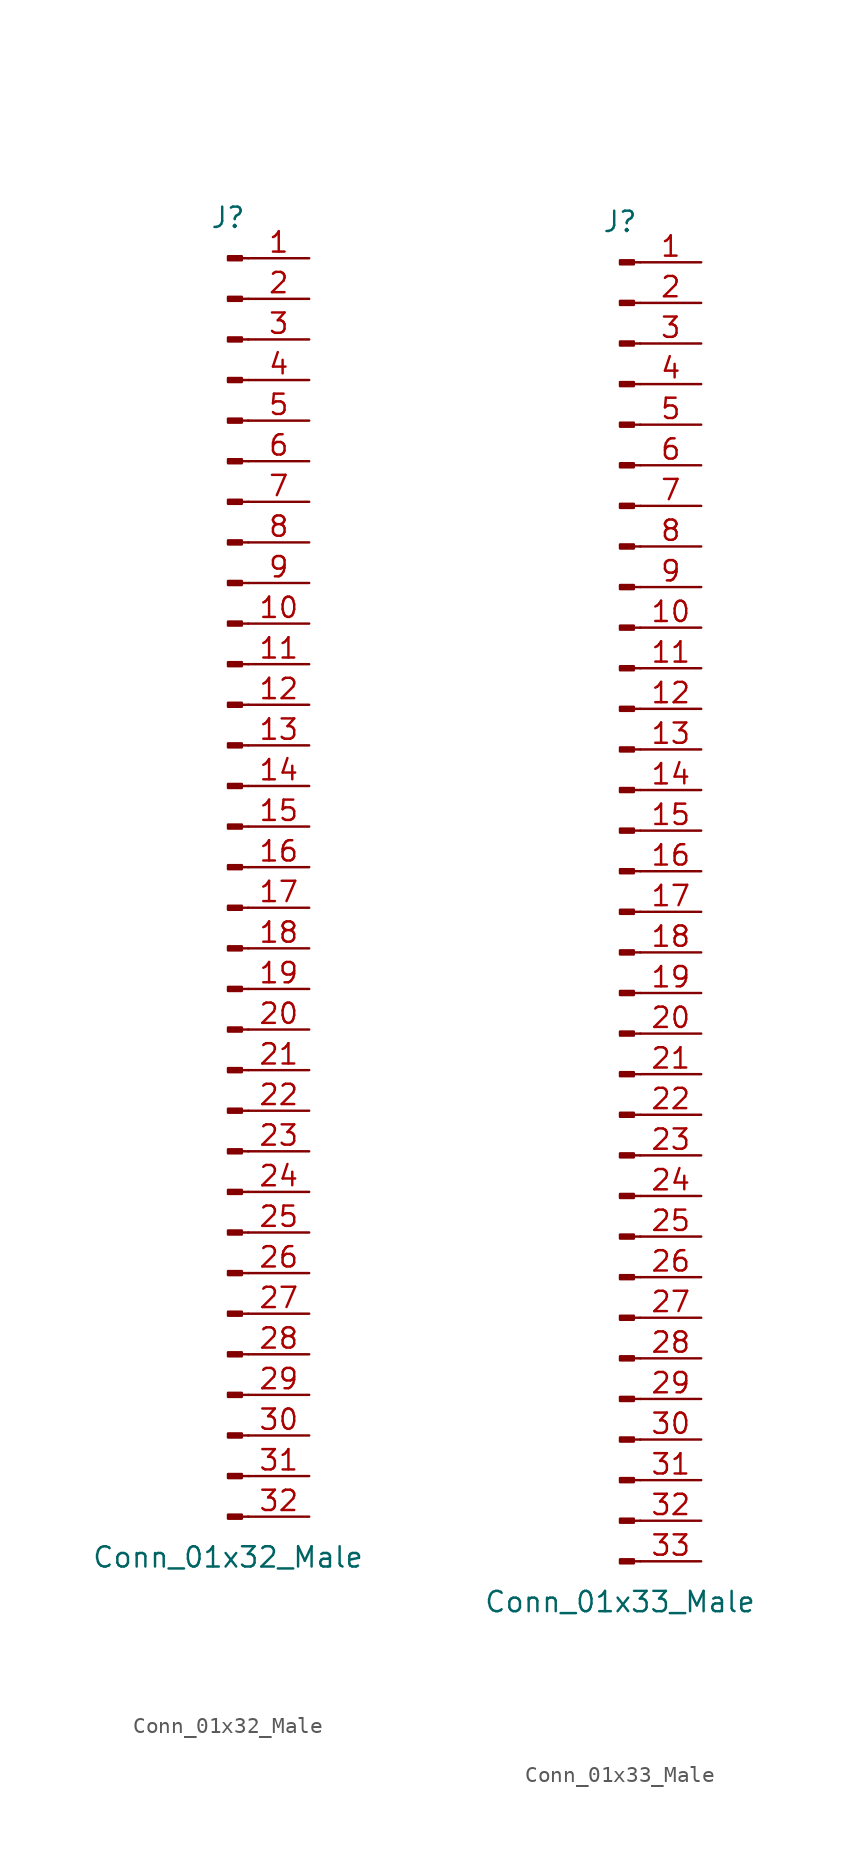
<source format=kicad_sym>
(kicad_symbol_lib
  (version 20201005)
  (generator kicad_symbol_editor)
  (symbol "Conn_01x32_Male"
    (pin_names
      (offset 1.016) hide)
    (property "Reference" "J"
      (at 0 40.64 0)
      (effects (font (size 1.27 1.27))))
    (property "Value" "Conn_01x32_Male"
      (at 0 -43.18 0)
      (effects (font (size 1.27 1.27))))
    (symbol "Conn_01x32_Male_1_1"
      (rectangle (start 0.864 -40.513) (end 0 -40.767) (stroke (width 0.152)) (fill (type outline)))
      (rectangle (start 0.864 -37.973) (end 0 -38.227) (stroke (width 0.152)) (fill (type outline)))
      (rectangle (start 0.864 -35.433) (end 0 -35.687) (stroke (width 0.152)) (fill (type outline)))
      (rectangle (start 0.864 -32.893) (end 0 -33.147) (stroke (width 0.152)) (fill (type outline)))
      (rectangle (start 0.864 -30.353) (end 0 -30.607) (stroke (width 0.152)) (fill (type outline)))
      (rectangle (start 0.864 -27.813) (end 0 -28.067) (stroke (width 0.152)) (fill (type outline)))
      (rectangle (start 0.864 -25.273) (end 0 -25.527) (stroke (width 0.152)) (fill (type outline)))
      (rectangle (start 0.864 -22.733) (end 0 -22.987) (stroke (width 0.152)) (fill (type outline)))
      (rectangle (start 0.864 -20.193) (end 0 -20.447) (stroke (width 0.152)) (fill (type outline)))
      (rectangle (start 0.864 -17.653) (end 0 -17.907) (stroke (width 0.152)) (fill (type outline)))
      (rectangle (start 0.864 -15.113) (end 0 -15.367) (stroke (width 0.152)) (fill (type outline)))
      (rectangle (start 0.864 -12.573) (end 0 -12.827) (stroke (width 0.152)) (fill (type outline)))
      (rectangle (start 0.864 -10.033) (end 0 -10.287) (stroke (width 0.152)) (fill (type outline)))
      (rectangle (start 0.864 -7.493) (end 0 -7.747) (stroke (width 0.152)) (fill (type outline)))
      (rectangle (start 0.864 -4.953) (end 0 -5.207) (stroke (width 0.152)) (fill (type outline)))
      (rectangle (start 0.864 -2.413) (end 0 -2.667) (stroke (width 0.152)) (fill (type outline)))
      (rectangle (start 0.864 0.127) (end 0 -0.127) (stroke (width 0.152)) (fill (type outline)))
      (rectangle (start 0.864 2.667) (end 0 2.413) (stroke (width 0.152)) (fill (type outline)))
      (rectangle (start 0.864 5.207) (end 0 4.953) (stroke (width 0.152)) (fill (type outline)))
      (rectangle (start 0.864 7.747) (end 0 7.493) (stroke (width 0.152)) (fill (type outline)))
      (rectangle (start 0.864 10.287) (end 0 10.033) (stroke (width 0.152)) (fill (type outline)))
      (rectangle (start 0.864 12.827) (end 0 12.573) (stroke (width 0.152)) (fill (type outline)))
      (rectangle (start 0.864 15.367) (end 0 15.113) (stroke (width 0.152)) (fill (type outline)))
      (rectangle (start 0.864 17.907) (end 0 17.653) (stroke (width 0.152)) (fill (type outline)))
      (rectangle (start 0.864 20.447) (end 0 20.193) (stroke (width 0.152)) (fill (type outline)))
      (rectangle (start 0.864 22.987) (end 0 22.733) (stroke (width 0.152)) (fill (type outline)))
      (rectangle (start 0.864 25.527) (end 0 25.273) (stroke (width 0.152)) (fill (type outline)))
      (rectangle (start 0.864 28.067) (end 0 27.813) (stroke (width 0.152)) (fill (type outline)))
      (rectangle (start 0.864 30.607) (end 0 30.353) (stroke (width 0.152)) (fill (type outline)))
      (rectangle (start 0.864 33.147) (end 0 32.893) (stroke (width 0.152)) (fill (type outline)))
      (rectangle (start 0.864 35.687) (end 0 35.433) (stroke (width 0.152)) (fill (type outline)))
      (rectangle (start 0.864 38.227) (end 0 37.973) (stroke (width 0.152)) (fill (type outline)))
      (polyline (pts (xy 1.27 -40.64) (xy 0.864 -40.64)) (stroke (width 0.152)) (fill (type none)))
      (polyline (pts (xy 1.27 -38.1) (xy 0.864 -38.1)) (stroke (width 0.152)) (fill (type none)))
      (polyline (pts (xy 1.27 -35.56) (xy 0.864 -35.56)) (stroke (width 0.152)) (fill (type none)))
      (polyline (pts (xy 1.27 -33.02) (xy 0.864 -33.02)) (stroke (width 0.152)) (fill (type none)))
      (polyline (pts (xy 1.27 -30.48) (xy 0.864 -30.48)) (stroke (width 0.152)) (fill (type none)))
      (polyline (pts (xy 1.27 -27.94) (xy 0.864 -27.94)) (stroke (width 0.152)) (fill (type none)))
      (polyline (pts (xy 1.27 -25.4) (xy 0.864 -25.4)) (stroke (width 0.152)) (fill (type none)))
      (polyline (pts (xy 1.27 -22.86) (xy 0.864 -22.86)) (stroke (width 0.152)) (fill (type none)))
      (polyline (pts (xy 1.27 -20.32) (xy 0.864 -20.32)) (stroke (width 0.152)) (fill (type none)))
      (polyline (pts (xy 1.27 -17.78) (xy 0.864 -17.78)) (stroke (width 0.152)) (fill (type none)))
      (polyline (pts (xy 1.27 -15.24) (xy 0.864 -15.24)) (stroke (width 0.152)) (fill (type none)))
      (polyline (pts (xy 1.27 -12.7) (xy 0.864 -12.7)) (stroke (width 0.152)) (fill (type none)))
      (polyline (pts (xy 1.27 -10.16) (xy 0.864 -10.16)) (stroke (width 0.152)) (fill (type none)))
      (polyline (pts (xy 1.27 -7.62) (xy 0.864 -7.62)) (stroke (width 0.152)) (fill (type none)))
      (polyline (pts (xy 1.27 -5.08) (xy 0.864 -5.08)) (stroke (width 0.152)) (fill (type none)))
      (polyline (pts (xy 1.27 -2.54) (xy 0.864 -2.54)) (stroke (width 0.152)) (fill (type none)))
      (polyline (pts (xy 1.27 0) (xy 0.864 0)) (stroke (width 0.152)) (fill (type none)))
      (polyline (pts (xy 1.27 2.54) (xy 0.864 2.54)) (stroke (width 0.152)) (fill (type none)))
      (polyline (pts (xy 1.27 5.08) (xy 0.864 5.08)) (stroke (width 0.152)) (fill (type none)))
      (polyline (pts (xy 1.27 7.62) (xy 0.864 7.62)) (stroke (width 0.152)) (fill (type none)))
      (polyline (pts (xy 1.27 10.16) (xy 0.864 10.16)) (stroke (width 0.152)) (fill (type none)))
      (polyline (pts (xy 1.27 12.7) (xy 0.864 12.7)) (stroke (width 0.152)) (fill (type none)))
      (polyline (pts (xy 1.27 15.24) (xy 0.864 15.24)) (stroke (width 0.152)) (fill (type none)))
      (polyline (pts (xy 1.27 17.78) (xy 0.864 17.78)) (stroke (width 0.152)) (fill (type none)))
      (polyline (pts (xy 1.27 20.32) (xy 0.864 20.32)) (stroke (width 0.152)) (fill (type none)))
      (polyline (pts (xy 1.27 22.86) (xy 0.864 22.86)) (stroke (width 0.152)) (fill (type none)))
      (polyline (pts (xy 1.27 25.4) (xy 0.864 25.4)) (stroke (width 0.152)) (fill (type none)))
      (polyline (pts (xy 1.27 27.94) (xy 0.864 27.94)) (stroke (width 0.152)) (fill (type none)))
      (polyline (pts (xy 1.27 30.48) (xy 0.864 30.48)) (stroke (width 0.152)) (fill (type none)))
      (polyline (pts (xy 1.27 33.02) (xy 0.864 33.02)) (stroke (width 0.152)) (fill (type none)))
      (polyline (pts (xy 1.27 35.56) (xy 0.864 35.56)) (stroke (width 0.152)) (fill (type none)))
      (polyline (pts (xy 1.27 38.1) (xy 0.864 38.1)) (stroke (width 0.152)) (fill (type none)))
      (pin passive line (at 5.08 38.1 180) (length 3.81) (name "Pin_1" (effects (font (size 1.27 1.27)))) (number "1" (effects (font (size 1.27 1.27)))))
      (pin passive line (at 5.08 15.24 180) (length 3.81) (name "Pin_10" (effects (font (size 1.27 1.27)))) (number "10" (effects (font (size 1.27 1.27)))))
      (pin passive line (at 5.08 12.7 180) (length 3.81) (name "Pin_11" (effects (font (size 1.27 1.27)))) (number "11" (effects (font (size 1.27 1.27)))))
      (pin passive line (at 5.08 10.16 180) (length 3.81) (name "Pin_12" (effects (font (size 1.27 1.27)))) (number "12" (effects (font (size 1.27 1.27)))))
      (pin passive line (at 5.08 7.62 180) (length 3.81) (name "Pin_13" (effects (font (size 1.27 1.27)))) (number "13" (effects (font (size 1.27 1.27)))))
      (pin passive line (at 5.08 5.08 180) (length 3.81) (name "Pin_14" (effects (font (size 1.27 1.27)))) (number "14" (effects (font (size 1.27 1.27)))))
      (pin passive line (at 5.08 2.54 180) (length 3.81) (name "Pin_15" (effects (font (size 1.27 1.27)))) (number "15" (effects (font (size 1.27 1.27)))))
      (pin passive line (at 5.08 0 180) (length 3.81) (name "Pin_16" (effects (font (size 1.27 1.27)))) (number "16" (effects (font (size 1.27 1.27)))))
      (pin passive line (at 5.08 -2.54 180) (length 3.81) (name "Pin_17" (effects (font (size 1.27 1.27)))) (number "17" (effects (font (size 1.27 1.27)))))
      (pin passive line (at 5.08 -5.08 180) (length 3.81) (name "Pin_18" (effects (font (size 1.27 1.27)))) (number "18" (effects (font (size 1.27 1.27)))))
      (pin passive line (at 5.08 -7.62 180) (length 3.81) (name "Pin_19" (effects (font (size 1.27 1.27)))) (number "19" (effects (font (size 1.27 1.27)))))
      (pin passive line (at 5.08 35.56 180) (length 3.81) (name "Pin_2" (effects (font (size 1.27 1.27)))) (number "2" (effects (font (size 1.27 1.27)))))
      (pin passive line (at 5.08 -10.16 180) (length 3.81) (name "Pin_20" (effects (font (size 1.27 1.27)))) (number "20" (effects (font (size 1.27 1.27)))))
      (pin passive line (at 5.08 -12.7 180) (length 3.81) (name "Pin_21" (effects (font (size 1.27 1.27)))) (number "21" (effects (font (size 1.27 1.27)))))
      (pin passive line (at 5.08 -15.24 180) (length 3.81) (name "Pin_22" (effects (font (size 1.27 1.27)))) (number "22" (effects (font (size 1.27 1.27)))))
      (pin passive line (at 5.08 -17.78 180) (length 3.81) (name "Pin_23" (effects (font (size 1.27 1.27)))) (number "23" (effects (font (size 1.27 1.27)))))
      (pin passive line (at 5.08 -20.32 180) (length 3.81) (name "Pin_24" (effects (font (size 1.27 1.27)))) (number "24" (effects (font (size 1.27 1.27)))))
      (pin passive line (at 5.08 -22.86 180) (length 3.81) (name "Pin_25" (effects (font (size 1.27 1.27)))) (number "25" (effects (font (size 1.27 1.27)))))
      (pin passive line (at 5.08 -25.4 180) (length 3.81) (name "Pin_26" (effects (font (size 1.27 1.27)))) (number "26" (effects (font (size 1.27 1.27)))))
      (pin passive line (at 5.08 -27.94 180) (length 3.81) (name "Pin_27" (effects (font (size 1.27 1.27)))) (number "27" (effects (font (size 1.27 1.27)))))
      (pin passive line (at 5.08 -30.48 180) (length 3.81) (name "Pin_28" (effects (font (size 1.27 1.27)))) (number "28" (effects (font (size 1.27 1.27)))))
      (pin passive line (at 5.08 -33.02 180) (length 3.81) (name "Pin_29" (effects (font (size 1.27 1.27)))) (number "29" (effects (font (size 1.27 1.27)))))
      (pin passive line (at 5.08 33.02 180) (length 3.81) (name "Pin_3" (effects (font (size 1.27 1.27)))) (number "3" (effects (font (size 1.27 1.27)))))
      (pin passive line (at 5.08 -35.56 180) (length 3.81) (name "Pin_30" (effects (font (size 1.27 1.27)))) (number "30" (effects (font (size 1.27 1.27)))))
      (pin passive line (at 5.08 -38.1 180) (length 3.81) (name "Pin_31" (effects (font (size 1.27 1.27)))) (number "31" (effects (font (size 1.27 1.27)))))
      (pin passive line (at 5.08 -40.64 180) (length 3.81) (name "Pin_32" (effects (font (size 1.27 1.27)))) (number "32" (effects (font (size 1.27 1.27)))))
      (pin passive line (at 5.08 30.48 180) (length 3.81) (name "Pin_4" (effects (font (size 1.27 1.27)))) (number "4" (effects (font (size 1.27 1.27)))))
      (pin passive line (at 5.08 27.94 180) (length 3.81) (name "Pin_5" (effects (font (size 1.27 1.27)))) (number "5" (effects (font (size 1.27 1.27)))))
      (pin passive line (at 5.08 25.4 180) (length 3.81) (name "Pin_6" (effects (font (size 1.27 1.27)))) (number "6" (effects (font (size 1.27 1.27)))))
      (pin passive line (at 5.08 22.86 180) (length 3.81) (name "Pin_7" (effects (font (size 1.27 1.27)))) (number "7" (effects (font (size 1.27 1.27)))))
      (pin passive line (at 5.08 20.32 180) (length 3.81) (name "Pin_8" (effects (font (size 1.27 1.27)))) (number "8" (effects (font (size 1.27 1.27)))))
      (pin passive line (at 5.08 17.78 180) (length 3.81) (name "Pin_9" (effects (font (size 1.27 1.27)))) (number "9" (effects (font (size 1.27 1.27)))))))
  (symbol "Conn_01x33_Male"
    (pin_names
      (offset 1.016) hide)
    (property "Reference" "J"
      (at 0 43.18 0)
      (effects (font (size 1.27 1.27))))
    (property "Value" "Conn_01x33_Male"
      (at 0 -43.18 0)
      (effects (font (size 1.27 1.27))))
    (symbol "Conn_01x33_Male_1_1"
      (rectangle (start 0.864 -40.513) (end 0 -40.767) (stroke (width 0.152)) (fill (type outline)))
      (rectangle (start 0.864 -37.973) (end 0 -38.227) (stroke (width 0.152)) (fill (type outline)))
      (rectangle (start 0.864 -35.433) (end 0 -35.687) (stroke (width 0.152)) (fill (type outline)))
      (rectangle (start 0.864 -32.893) (end 0 -33.147) (stroke (width 0.152)) (fill (type outline)))
      (rectangle (start 0.864 -30.353) (end 0 -30.607) (stroke (width 0.152)) (fill (type outline)))
      (rectangle (start 0.864 -27.813) (end 0 -28.067) (stroke (width 0.152)) (fill (type outline)))
      (rectangle (start 0.864 -25.273) (end 0 -25.527) (stroke (width 0.152)) (fill (type outline)))
      (rectangle (start 0.864 -22.733) (end 0 -22.987) (stroke (width 0.152)) (fill (type outline)))
      (rectangle (start 0.864 -20.193) (end 0 -20.447) (stroke (width 0.152)) (fill (type outline)))
      (rectangle (start 0.864 -17.653) (end 0 -17.907) (stroke (width 0.152)) (fill (type outline)))
      (rectangle (start 0.864 -15.113) (end 0 -15.367) (stroke (width 0.152)) (fill (type outline)))
      (rectangle (start 0.864 -12.573) (end 0 -12.827) (stroke (width 0.152)) (fill (type outline)))
      (rectangle (start 0.864 -10.033) (end 0 -10.287) (stroke (width 0.152)) (fill (type outline)))
      (rectangle (start 0.864 -7.493) (end 0 -7.747) (stroke (width 0.152)) (fill (type outline)))
      (rectangle (start 0.864 -4.953) (end 0 -5.207) (stroke (width 0.152)) (fill (type outline)))
      (rectangle (start 0.864 -2.413) (end 0 -2.667) (stroke (width 0.152)) (fill (type outline)))
      (rectangle (start 0.864 0.127) (end 0 -0.127) (stroke (width 0.152)) (fill (type outline)))
      (rectangle (start 0.864 2.667) (end 0 2.413) (stroke (width 0.152)) (fill (type outline)))
      (rectangle (start 0.864 5.207) (end 0 4.953) (stroke (width 0.152)) (fill (type outline)))
      (rectangle (start 0.864 7.747) (end 0 7.493) (stroke (width 0.152)) (fill (type outline)))
      (rectangle (start 0.864 10.287) (end 0 10.033) (stroke (width 0.152)) (fill (type outline)))
      (rectangle (start 0.864 12.827) (end 0 12.573) (stroke (width 0.152)) (fill (type outline)))
      (rectangle (start 0.864 15.367) (end 0 15.113) (stroke (width 0.152)) (fill (type outline)))
      (rectangle (start 0.864 17.907) (end 0 17.653) (stroke (width 0.152)) (fill (type outline)))
      (rectangle (start 0.864 20.447) (end 0 20.193) (stroke (width 0.152)) (fill (type outline)))
      (rectangle (start 0.864 22.987) (end 0 22.733) (stroke (width 0.152)) (fill (type outline)))
      (rectangle (start 0.864 25.527) (end 0 25.273) (stroke (width 0.152)) (fill (type outline)))
      (rectangle (start 0.864 28.067) (end 0 27.813) (stroke (width 0.152)) (fill (type outline)))
      (rectangle (start 0.864 30.607) (end 0 30.353) (stroke (width 0.152)) (fill (type outline)))
      (rectangle (start 0.864 33.147) (end 0 32.893) (stroke (width 0.152)) (fill (type outline)))
      (rectangle (start 0.864 35.687) (end 0 35.433) (stroke (width 0.152)) (fill (type outline)))
      (rectangle (start 0.864 38.227) (end 0 37.973) (stroke (width 0.152)) (fill (type outline)))
      (rectangle (start 0.864 40.767) (end 0 40.513) (stroke (width 0.152)) (fill (type outline)))
      (polyline (pts (xy 1.27 -40.64) (xy 0.864 -40.64)) (stroke (width 0.152)) (fill (type none)))
      (polyline (pts (xy 1.27 -38.1) (xy 0.864 -38.1)) (stroke (width 0.152)) (fill (type none)))
      (polyline (pts (xy 1.27 -35.56) (xy 0.864 -35.56)) (stroke (width 0.152)) (fill (type none)))
      (polyline (pts (xy 1.27 -33.02) (xy 0.864 -33.02)) (stroke (width 0.152)) (fill (type none)))
      (polyline (pts (xy 1.27 -30.48) (xy 0.864 -30.48)) (stroke (width 0.152)) (fill (type none)))
      (polyline (pts (xy 1.27 -27.94) (xy 0.864 -27.94)) (stroke (width 0.152)) (fill (type none)))
      (polyline (pts (xy 1.27 -25.4) (xy 0.864 -25.4)) (stroke (width 0.152)) (fill (type none)))
      (polyline (pts (xy 1.27 -22.86) (xy 0.864 -22.86)) (stroke (width 0.152)) (fill (type none)))
      (polyline (pts (xy 1.27 -20.32) (xy 0.864 -20.32)) (stroke (width 0.152)) (fill (type none)))
      (polyline (pts (xy 1.27 -17.78) (xy 0.864 -17.78)) (stroke (width 0.152)) (fill (type none)))
      (polyline (pts (xy 1.27 -15.24) (xy 0.864 -15.24)) (stroke (width 0.152)) (fill (type none)))
      (polyline (pts (xy 1.27 -12.7) (xy 0.864 -12.7)) (stroke (width 0.152)) (fill (type none)))
      (polyline (pts (xy 1.27 -10.16) (xy 0.864 -10.16)) (stroke (width 0.152)) (fill (type none)))
      (polyline (pts (xy 1.27 -7.62) (xy 0.864 -7.62)) (stroke (width 0.152)) (fill (type none)))
      (polyline (pts (xy 1.27 -5.08) (xy 0.864 -5.08)) (stroke (width 0.152)) (fill (type none)))
      (polyline (pts (xy 1.27 -2.54) (xy 0.864 -2.54)) (stroke (width 0.152)) (fill (type none)))
      (polyline (pts (xy 1.27 0) (xy 0.864 0)) (stroke (width 0.152)) (fill (type none)))
      (polyline (pts (xy 1.27 2.54) (xy 0.864 2.54)) (stroke (width 0.152)) (fill (type none)))
      (polyline (pts (xy 1.27 5.08) (xy 0.864 5.08)) (stroke (width 0.152)) (fill (type none)))
      (polyline (pts (xy 1.27 7.62) (xy 0.864 7.62)) (stroke (width 0.152)) (fill (type none)))
      (polyline (pts (xy 1.27 10.16) (xy 0.864 10.16)) (stroke (width 0.152)) (fill (type none)))
      (polyline (pts (xy 1.27 12.7) (xy 0.864 12.7)) (stroke (width 0.152)) (fill (type none)))
      (polyline (pts (xy 1.27 15.24) (xy 0.864 15.24)) (stroke (width 0.152)) (fill (type none)))
      (polyline (pts (xy 1.27 17.78) (xy 0.864 17.78)) (stroke (width 0.152)) (fill (type none)))
      (polyline (pts (xy 1.27 20.32) (xy 0.864 20.32)) (stroke (width 0.152)) (fill (type none)))
      (polyline (pts (xy 1.27 22.86) (xy 0.864 22.86)) (stroke (width 0.152)) (fill (type none)))
      (polyline (pts (xy 1.27 25.4) (xy 0.864 25.4)) (stroke (width 0.152)) (fill (type none)))
      (polyline (pts (xy 1.27 27.94) (xy 0.864 27.94)) (stroke (width 0.152)) (fill (type none)))
      (polyline (pts (xy 1.27 30.48) (xy 0.864 30.48)) (stroke (width 0.152)) (fill (type none)))
      (polyline (pts (xy 1.27 33.02) (xy 0.864 33.02)) (stroke (width 0.152)) (fill (type none)))
      (polyline (pts (xy 1.27 35.56) (xy 0.864 35.56)) (stroke (width 0.152)) (fill (type none)))
      (polyline (pts (xy 1.27 38.1) (xy 0.864 38.1)) (stroke (width 0.152)) (fill (type none)))
      (polyline (pts (xy 1.27 40.64) (xy 0.864 40.64)) (stroke (width 0.152)) (fill (type none)))
      (pin passive line (at 5.08 40.64 180) (length 3.81) (name "Pin_1" (effects (font (size 1.27 1.27)))) (number "1" (effects (font (size 1.27 1.27)))))
      (pin passive line (at 5.08 17.78 180) (length 3.81) (name "Pin_10" (effects (font (size 1.27 1.27)))) (number "10" (effects (font (size 1.27 1.27)))))
      (pin passive line (at 5.08 15.24 180) (length 3.81) (name "Pin_11" (effects (font (size 1.27 1.27)))) (number "11" (effects (font (size 1.27 1.27)))))
      (pin passive line (at 5.08 12.7 180) (length 3.81) (name "Pin_12" (effects (font (size 1.27 1.27)))) (number "12" (effects (font (size 1.27 1.27)))))
      (pin passive line (at 5.08 10.16 180) (length 3.81) (name "Pin_13" (effects (font (size 1.27 1.27)))) (number "13" (effects (font (size 1.27 1.27)))))
      (pin passive line (at 5.08 7.62 180) (length 3.81) (name "Pin_14" (effects (font (size 1.27 1.27)))) (number "14" (effects (font (size 1.27 1.27)))))
      (pin passive line (at 5.08 5.08 180) (length 3.81) (name "Pin_15" (effects (font (size 1.27 1.27)))) (number "15" (effects (font (size 1.27 1.27)))))
      (pin passive line (at 5.08 2.54 180) (length 3.81) (name "Pin_16" (effects (font (size 1.27 1.27)))) (number "16" (effects (font (size 1.27 1.27)))))
      (pin passive line (at 5.08 0 180) (length 3.81) (name "Pin_17" (effects (font (size 1.27 1.27)))) (number "17" (effects (font (size 1.27 1.27)))))
      (pin passive line (at 5.08 -2.54 180) (length 3.81) (name "Pin_18" (effects (font (size 1.27 1.27)))) (number "18" (effects (font (size 1.27 1.27)))))
      (pin passive line (at 5.08 -5.08 180) (length 3.81) (name "Pin_19" (effects (font (size 1.27 1.27)))) (number "19" (effects (font (size 1.27 1.27)))))
      (pin passive line (at 5.08 38.1 180) (length 3.81) (name "Pin_2" (effects (font (size 1.27 1.27)))) (number "2" (effects (font (size 1.27 1.27)))))
      (pin passive line (at 5.08 -7.62 180) (length 3.81) (name "Pin_20" (effects (font (size 1.27 1.27)))) (number "20" (effects (font (size 1.27 1.27)))))
      (pin passive line (at 5.08 -10.16 180) (length 3.81) (name "Pin_21" (effects (font (size 1.27 1.27)))) (number "21" (effects (font (size 1.27 1.27)))))
      (pin passive line (at 5.08 -12.7 180) (length 3.81) (name "Pin_22" (effects (font (size 1.27 1.27)))) (number "22" (effects (font (size 1.27 1.27)))))
      (pin passive line (at 5.08 -15.24 180) (length 3.81) (name "Pin_23" (effects (font (size 1.27 1.27)))) (number "23" (effects (font (size 1.27 1.27)))))
      (pin passive line (at 5.08 -17.78 180) (length 3.81) (name "Pin_24" (effects (font (size 1.27 1.27)))) (number "24" (effects (font (size 1.27 1.27)))))
      (pin passive line (at 5.08 -20.32 180) (length 3.81) (name "Pin_25" (effects (font (size 1.27 1.27)))) (number "25" (effects (font (size 1.27 1.27)))))
      (pin passive line (at 5.08 -22.86 180) (length 3.81) (name "Pin_26" (effects (font (size 1.27 1.27)))) (number "26" (effects (font (size 1.27 1.27)))))
      (pin passive line (at 5.08 -25.4 180) (length 3.81) (name "Pin_27" (effects (font (size 1.27 1.27)))) (number "27" (effects (font (size 1.27 1.27)))))
      (pin passive line (at 5.08 -27.94 180) (length 3.81) (name "Pin_28" (effects (font (size 1.27 1.27)))) (number "28" (effects (font (size 1.27 1.27)))))
      (pin passive line (at 5.08 -30.48 180) (length 3.81) (name "Pin_29" (effects (font (size 1.27 1.27)))) (number "29" (effects (font (size 1.27 1.27)))))
      (pin passive line (at 5.08 35.56 180) (length 3.81) (name "Pin_3" (effects (font (size 1.27 1.27)))) (number "3" (effects (font (size 1.27 1.27)))))
      (pin passive line (at 5.08 -33.02 180) (length 3.81) (name "Pin_30" (effects (font (size 1.27 1.27)))) (number "30" (effects (font (size 1.27 1.27)))))
      (pin passive line (at 5.08 -35.56 180) (length 3.81) (name "Pin_31" (effects (font (size 1.27 1.27)))) (number "31" (effects (font (size 1.27 1.27)))))
      (pin passive line (at 5.08 -38.1 180) (length 3.81) (name "Pin_32" (effects (font (size 1.27 1.27)))) (number "32" (effects (font (size 1.27 1.27)))))
      (pin passive line (at 5.08 -40.64 180) (length 3.81) (name "Pin_33" (effects (font (size 1.27 1.27)))) (number "33" (effects (font (size 1.27 1.27)))))
      (pin passive line (at 5.08 33.02 180) (length 3.81) (name "Pin_4" (effects (font (size 1.27 1.27)))) (number "4" (effects (font (size 1.27 1.27)))))
      (pin passive line (at 5.08 30.48 180) (length 3.81) (name "Pin_5" (effects (font (size 1.27 1.27)))) (number "5" (effects (font (size 1.27 1.27)))))
      (pin passive line (at 5.08 27.94 180) (length 3.81) (name "Pin_6" (effects (font (size 1.27 1.27)))) (number "6" (effects (font (size 1.27 1.27)))))
      (pin passive line (at 5.08 25.4 180) (length 3.81) (name "Pin_7" (effects (font (size 1.27 1.27)))) (number "7" (effects (font (size 1.27 1.27)))))
      (pin passive line (at 5.08 22.86 180) (length 3.81) (name "Pin_8" (effects (font (size 1.27 1.27)))) (number "8" (effects (font (size 1.27 1.27)))))
      (pin passive line (at 5.08 20.32 180) (length 3.81) (name "Pin_9" (effects (font (size 1.27 1.27)))) (number "9" (effects (font (size 1.27 1.27))))))))
</source>
